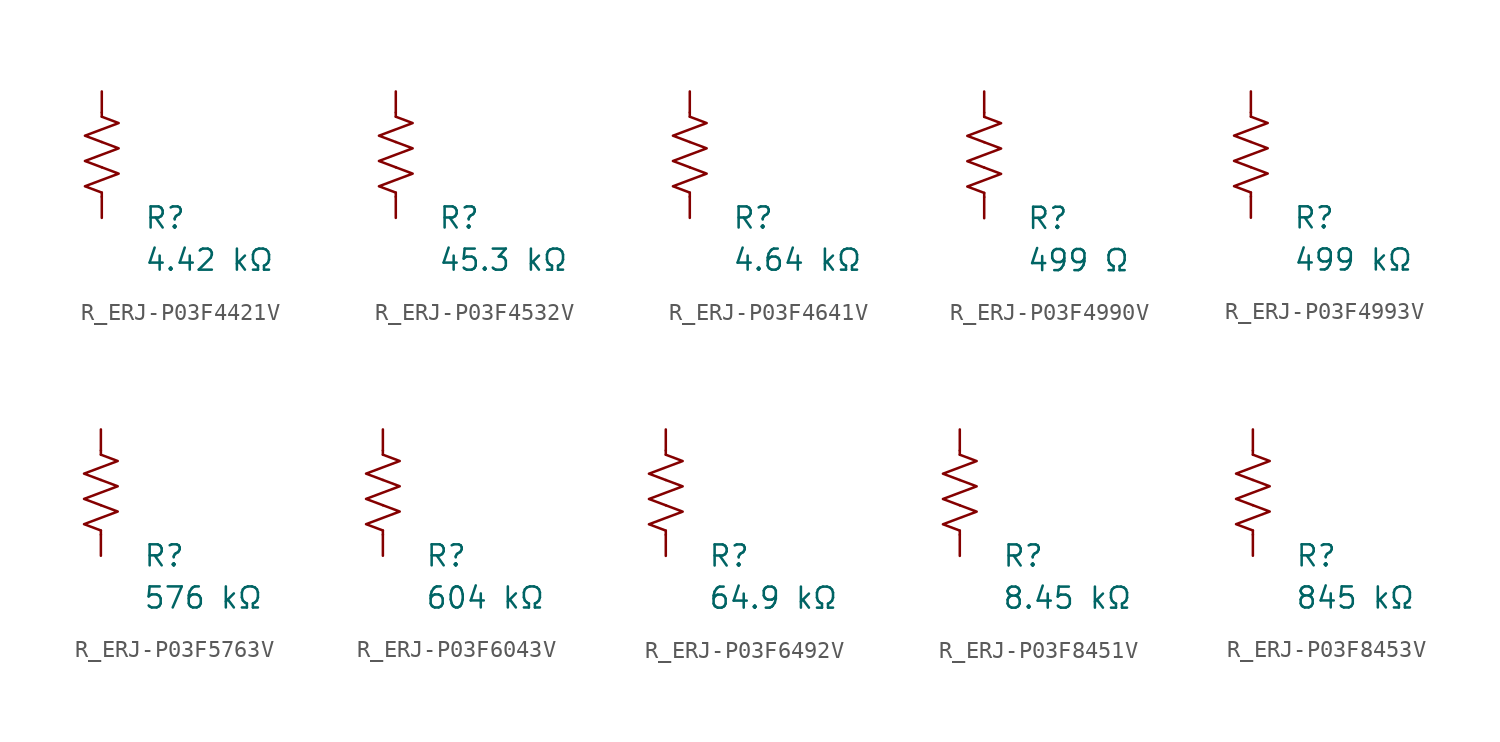
<source format=kicad_sym>
(kicad_symbol_lib
  (version 20231120)
  (generator "kicad_symbol_editor")
  (generator_version "8.0")
  (symbol "R_ERJ-P03F4421V"
    (pin_numbers hide)
    (pin_names
      (offset 0))
    (property "Reference" "R"
      (at 2.54 -3.81 0)
      (effects (font (size 1.27 1.27)) (justify left))
      (show_name no))
    (property "Value" "4.42 kΩ"
      (at 2.54 -6.35 0)
      (effects (font (size 1.27 1.27)) (justify left))
      (show_name no))
    (symbol "R_ERJ-P03F4421V_0_1"
      (polyline (pts (xy 0 -2.286) (xy 0 -2.54)) (stroke (width 0) (type default)) (fill (type none)))
      (polyline (pts (xy 0 2.286) (xy 0 2.54)) (stroke (width 0) (type default)) (fill (type none)))
      (polyline (pts (xy 0 -0.762) (xy 1.016 -1.143) (xy 0 -1.524) (xy -1.016 -1.905) (xy 0 -2.286)) (stroke (width 0) (type default)) (fill (type none)))
      (polyline (pts (xy 0 0.762) (xy 1.016 0.381) (xy 0 0) (xy -1.016 -0.381) (xy 0 -0.762)) (stroke (width 0) (type default)) (fill (type none)))
      (polyline (pts (xy 0 2.286) (xy 1.016 1.905) (xy 0 1.524) (xy -1.016 1.143) (xy 0 0.762)) (stroke (width 0) (type default)) (fill (type none))))
    (symbol "R_ERJ-P03F4421V_1_1"
      (pin passive line (at 0 3.81 270) (length 1.27) (name "~" (effects (font (size 1.27 1.27)))) (number "1" (effects (font (size 1.27 1.27)))))
      (pin passive line (at 0 -3.81 90) (length 1.27) (name "~" (effects (font (size 1.27 1.27)))) (number "2" (effects (font (size 1.27 1.27)))))))
  (symbol "R_ERJ-P03F4532V"
    (pin_numbers hide)
    (pin_names
      (offset 0))
    (property "Reference" "R"
      (at 2.54 -3.81 0)
      (effects (font (size 1.27 1.27)) (justify left))
      (show_name no))
    (property "Value" "45.3 kΩ"
      (at 2.54 -6.35 0)
      (effects (font (size 1.27 1.27)) (justify left))
      (show_name no))
    (symbol "R_ERJ-P03F4532V_0_1"
      (polyline (pts (xy 0 -2.286) (xy 0 -2.54)) (stroke (width 0) (type default)) (fill (type none)))
      (polyline (pts (xy 0 2.286) (xy 0 2.54)) (stroke (width 0) (type default)) (fill (type none)))
      (polyline (pts (xy 0 -0.762) (xy 1.016 -1.143) (xy 0 -1.524) (xy -1.016 -1.905) (xy 0 -2.286)) (stroke (width 0) (type default)) (fill (type none)))
      (polyline (pts (xy 0 0.762) (xy 1.016 0.381) (xy 0 0) (xy -1.016 -0.381) (xy 0 -0.762)) (stroke (width 0) (type default)) (fill (type none)))
      (polyline (pts (xy 0 2.286) (xy 1.016 1.905) (xy 0 1.524) (xy -1.016 1.143) (xy 0 0.762)) (stroke (width 0) (type default)) (fill (type none))))
    (symbol "R_ERJ-P03F4532V_1_1"
      (pin passive line (at 0 3.81 270) (length 1.27) (name "~" (effects (font (size 1.27 1.27)))) (number "1" (effects (font (size 1.27 1.27)))))
      (pin passive line (at 0 -3.81 90) (length 1.27) (name "~" (effects (font (size 1.27 1.27)))) (number "2" (effects (font (size 1.27 1.27)))))))
  (symbol "R_ERJ-P03F4641V"
    (pin_numbers hide)
    (pin_names
      (offset 0))
    (property "Reference" "R"
      (at 2.54 -3.81 0)
      (effects (font (size 1.27 1.27)) (justify left))
      (show_name no))
    (property "Value" "4.64 kΩ"
      (at 2.54 -6.35 0)
      (effects (font (size 1.27 1.27)) (justify left))
      (show_name no))
    (symbol "R_ERJ-P03F4641V_0_1"
      (polyline (pts (xy 0 -2.286) (xy 0 -2.54)) (stroke (width 0) (type default)) (fill (type none)))
      (polyline (pts (xy 0 2.286) (xy 0 2.54)) (stroke (width 0) (type default)) (fill (type none)))
      (polyline (pts (xy 0 -0.762) (xy 1.016 -1.143) (xy 0 -1.524) (xy -1.016 -1.905) (xy 0 -2.286)) (stroke (width 0) (type default)) (fill (type none)))
      (polyline (pts (xy 0 0.762) (xy 1.016 0.381) (xy 0 0) (xy -1.016 -0.381) (xy 0 -0.762)) (stroke (width 0) (type default)) (fill (type none)))
      (polyline (pts (xy 0 2.286) (xy 1.016 1.905) (xy 0 1.524) (xy -1.016 1.143) (xy 0 0.762)) (stroke (width 0) (type default)) (fill (type none))))
    (symbol "R_ERJ-P03F4641V_1_1"
      (pin passive line (at 0 3.81 270) (length 1.27) (name "~" (effects (font (size 1.27 1.27)))) (number "1" (effects (font (size 1.27 1.27)))))
      (pin passive line (at 0 -3.81 90) (length 1.27) (name "~" (effects (font (size 1.27 1.27)))) (number "2" (effects (font (size 1.27 1.27)))))))
  (symbol "R_ERJ-P03F4990V"
    (pin_numbers hide)
    (pin_names
      (offset 0))
    (property "Reference" "R"
      (at 2.54 -3.81 0)
      (effects (font (size 1.27 1.27)) (justify left))
      (show_name no))
    (property "Value" "499 Ω"
      (at 2.54 -6.35 0)
      (effects (font (size 1.27 1.27)) (justify left))
      (show_name no))
    (symbol "R_ERJ-P03F4990V_0_1"
      (polyline (pts (xy 0 -2.286) (xy 0 -2.54)) (stroke (width 0) (type default)) (fill (type none)))
      (polyline (pts (xy 0 2.286) (xy 0 2.54)) (stroke (width 0) (type default)) (fill (type none)))
      (polyline (pts (xy 0 -0.762) (xy 1.016 -1.143) (xy 0 -1.524) (xy -1.016 -1.905) (xy 0 -2.286)) (stroke (width 0) (type default)) (fill (type none)))
      (polyline (pts (xy 0 0.762) (xy 1.016 0.381) (xy 0 0) (xy -1.016 -0.381) (xy 0 -0.762)) (stroke (width 0) (type default)) (fill (type none)))
      (polyline (pts (xy 0 2.286) (xy 1.016 1.905) (xy 0 1.524) (xy -1.016 1.143) (xy 0 0.762)) (stroke (width 0) (type default)) (fill (type none))))
    (symbol "R_ERJ-P03F4990V_1_1"
      (pin passive line (at 0 3.81 270) (length 1.27) (name "~" (effects (font (size 1.27 1.27)))) (number "1" (effects (font (size 1.27 1.27)))))
      (pin passive line (at 0 -3.81 90) (length 1.27) (name "~" (effects (font (size 1.27 1.27)))) (number "2" (effects (font (size 1.27 1.27)))))))
  (symbol "R_ERJ-P03F4993V"
    (pin_numbers hide)
    (pin_names
      (offset 0))
    (property "Reference" "R"
      (at 2.54 -3.81 0)
      (effects (font (size 1.27 1.27)) (justify left))
      (show_name no))
    (property "Value" "499 kΩ"
      (at 2.54 -6.35 0)
      (effects (font (size 1.27 1.27)) (justify left))
      (show_name no))
    (symbol "R_ERJ-P03F4993V_0_1"
      (polyline (pts (xy 0 -2.286) (xy 0 -2.54)) (stroke (width 0) (type default)) (fill (type none)))
      (polyline (pts (xy 0 2.286) (xy 0 2.54)) (stroke (width 0) (type default)) (fill (type none)))
      (polyline (pts (xy 0 -0.762) (xy 1.016 -1.143) (xy 0 -1.524) (xy -1.016 -1.905) (xy 0 -2.286)) (stroke (width 0) (type default)) (fill (type none)))
      (polyline (pts (xy 0 0.762) (xy 1.016 0.381) (xy 0 0) (xy -1.016 -0.381) (xy 0 -0.762)) (stroke (width 0) (type default)) (fill (type none)))
      (polyline (pts (xy 0 2.286) (xy 1.016 1.905) (xy 0 1.524) (xy -1.016 1.143) (xy 0 0.762)) (stroke (width 0) (type default)) (fill (type none))))
    (symbol "R_ERJ-P03F4993V_1_1"
      (pin passive line (at 0 3.81 270) (length 1.27) (name "~" (effects (font (size 1.27 1.27)))) (number "1" (effects (font (size 1.27 1.27)))))
      (pin passive line (at 0 -3.81 90) (length 1.27) (name "~" (effects (font (size 1.27 1.27)))) (number "2" (effects (font (size 1.27 1.27)))))))
  (symbol "R_ERJ-P03F5763V"
    (pin_numbers hide)
    (pin_names
      (offset 0))
    (property "Reference" "R"
      (at 2.54 -3.81 0)
      (effects (font (size 1.27 1.27)) (justify left))
      (show_name no))
    (property "Value" "576 kΩ"
      (at 2.54 -6.35 0)
      (effects (font (size 1.27 1.27)) (justify left))
      (show_name no))
    (symbol "R_ERJ-P03F5763V_0_1"
      (polyline (pts (xy 0 -2.286) (xy 0 -2.54)) (stroke (width 0) (type default)) (fill (type none)))
      (polyline (pts (xy 0 2.286) (xy 0 2.54)) (stroke (width 0) (type default)) (fill (type none)))
      (polyline (pts (xy 0 -0.762) (xy 1.016 -1.143) (xy 0 -1.524) (xy -1.016 -1.905) (xy 0 -2.286)) (stroke (width 0) (type default)) (fill (type none)))
      (polyline (pts (xy 0 0.762) (xy 1.016 0.381) (xy 0 0) (xy -1.016 -0.381) (xy 0 -0.762)) (stroke (width 0) (type default)) (fill (type none)))
      (polyline (pts (xy 0 2.286) (xy 1.016 1.905) (xy 0 1.524) (xy -1.016 1.143) (xy 0 0.762)) (stroke (width 0) (type default)) (fill (type none))))
    (symbol "R_ERJ-P03F5763V_1_1"
      (pin passive line (at 0 3.81 270) (length 1.27) (name "~" (effects (font (size 1.27 1.27)))) (number "1" (effects (font (size 1.27 1.27)))))
      (pin passive line (at 0 -3.81 90) (length 1.27) (name "~" (effects (font (size 1.27 1.27)))) (number "2" (effects (font (size 1.27 1.27)))))))
  (symbol "R_ERJ-P03F6043V"
    (pin_numbers hide)
    (pin_names
      (offset 0))
    (property "Reference" "R"
      (at 2.54 -3.81 0)
      (effects (font (size 1.27 1.27)) (justify left))
      (show_name no))
    (property "Value" "604 kΩ"
      (at 2.54 -6.35 0)
      (effects (font (size 1.27 1.27)) (justify left))
      (show_name no))
    (symbol "R_ERJ-P03F6043V_0_1"
      (polyline (pts (xy 0 -2.286) (xy 0 -2.54)) (stroke (width 0) (type default)) (fill (type none)))
      (polyline (pts (xy 0 2.286) (xy 0 2.54)) (stroke (width 0) (type default)) (fill (type none)))
      (polyline (pts (xy 0 -0.762) (xy 1.016 -1.143) (xy 0 -1.524) (xy -1.016 -1.905) (xy 0 -2.286)) (stroke (width 0) (type default)) (fill (type none)))
      (polyline (pts (xy 0 0.762) (xy 1.016 0.381) (xy 0 0) (xy -1.016 -0.381) (xy 0 -0.762)) (stroke (width 0) (type default)) (fill (type none)))
      (polyline (pts (xy 0 2.286) (xy 1.016 1.905) (xy 0 1.524) (xy -1.016 1.143) (xy 0 0.762)) (stroke (width 0) (type default)) (fill (type none))))
    (symbol "R_ERJ-P03F6043V_1_1"
      (pin passive line (at 0 3.81 270) (length 1.27) (name "~" (effects (font (size 1.27 1.27)))) (number "1" (effects (font (size 1.27 1.27)))))
      (pin passive line (at 0 -3.81 90) (length 1.27) (name "~" (effects (font (size 1.27 1.27)))) (number "2" (effects (font (size 1.27 1.27)))))))
  (symbol "R_ERJ-P03F6492V"
    (pin_numbers hide)
    (pin_names
      (offset 0))
    (property "Reference" "R"
      (at 2.54 -3.81 0)
      (effects (font (size 1.27 1.27)) (justify left))
      (show_name no))
    (property "Value" "64.9 kΩ"
      (at 2.54 -6.35 0)
      (effects (font (size 1.27 1.27)) (justify left))
      (show_name no))
    (symbol "R_ERJ-P03F6492V_0_1"
      (polyline (pts (xy 0 -2.286) (xy 0 -2.54)) (stroke (width 0) (type default)) (fill (type none)))
      (polyline (pts (xy 0 2.286) (xy 0 2.54)) (stroke (width 0) (type default)) (fill (type none)))
      (polyline (pts (xy 0 -0.762) (xy 1.016 -1.143) (xy 0 -1.524) (xy -1.016 -1.905) (xy 0 -2.286)) (stroke (width 0) (type default)) (fill (type none)))
      (polyline (pts (xy 0 0.762) (xy 1.016 0.381) (xy 0 0) (xy -1.016 -0.381) (xy 0 -0.762)) (stroke (width 0) (type default)) (fill (type none)))
      (polyline (pts (xy 0 2.286) (xy 1.016 1.905) (xy 0 1.524) (xy -1.016 1.143) (xy 0 0.762)) (stroke (width 0) (type default)) (fill (type none))))
    (symbol "R_ERJ-P03F6492V_1_1"
      (pin passive line (at 0 3.81 270) (length 1.27) (name "~" (effects (font (size 1.27 1.27)))) (number "1" (effects (font (size 1.27 1.27)))))
      (pin passive line (at 0 -3.81 90) (length 1.27) (name "~" (effects (font (size 1.27 1.27)))) (number "2" (effects (font (size 1.27 1.27)))))))
  (symbol "R_ERJ-P03F8451V"
    (pin_numbers hide)
    (pin_names
      (offset 0))
    (property "Reference" "R"
      (at 2.54 -3.81 0)
      (effects (font (size 1.27 1.27)) (justify left))
      (show_name no))
    (property "Value" "8.45 kΩ"
      (at 2.54 -6.35 0)
      (effects (font (size 1.27 1.27)) (justify left))
      (show_name no))
    (symbol "R_ERJ-P03F8451V_0_1"
      (polyline (pts (xy 0 -2.286) (xy 0 -2.54)) (stroke (width 0) (type default)) (fill (type none)))
      (polyline (pts (xy 0 2.286) (xy 0 2.54)) (stroke (width 0) (type default)) (fill (type none)))
      (polyline (pts (xy 0 -0.762) (xy 1.016 -1.143) (xy 0 -1.524) (xy -1.016 -1.905) (xy 0 -2.286)) (stroke (width 0) (type default)) (fill (type none)))
      (polyline (pts (xy 0 0.762) (xy 1.016 0.381) (xy 0 0) (xy -1.016 -0.381) (xy 0 -0.762)) (stroke (width 0) (type default)) (fill (type none)))
      (polyline (pts (xy 0 2.286) (xy 1.016 1.905) (xy 0 1.524) (xy -1.016 1.143) (xy 0 0.762)) (stroke (width 0) (type default)) (fill (type none))))
    (symbol "R_ERJ-P03F8451V_1_1"
      (pin passive line (at 0 3.81 270) (length 1.27) (name "~" (effects (font (size 1.27 1.27)))) (number "1" (effects (font (size 1.27 1.27)))))
      (pin passive line (at 0 -3.81 90) (length 1.27) (name "~" (effects (font (size 1.27 1.27)))) (number "2" (effects (font (size 1.27 1.27)))))))
  (symbol "R_ERJ-P03F8453V"
    (pin_numbers hide)
    (pin_names
      (offset 0))
    (property "Reference" "R"
      (at 2.54 -3.81 0)
      (effects (font (size 1.27 1.27)) (justify left))
      (show_name no))
    (property "Value" "845 kΩ"
      (at 2.54 -6.35 0)
      (effects (font (size 1.27 1.27)) (justify left))
      (show_name no))
    (symbol "R_ERJ-P03F8453V_0_1"
      (polyline (pts (xy 0 -2.286) (xy 0 -2.54)) (stroke (width 0) (type default)) (fill (type none)))
      (polyline (pts (xy 0 2.286) (xy 0 2.54)) (stroke (width 0) (type default)) (fill (type none)))
      (polyline (pts (xy 0 -0.762) (xy 1.016 -1.143) (xy 0 -1.524) (xy -1.016 -1.905) (xy 0 -2.286)) (stroke (width 0) (type default)) (fill (type none)))
      (polyline (pts (xy 0 0.762) (xy 1.016 0.381) (xy 0 0) (xy -1.016 -0.381) (xy 0 -0.762)) (stroke (width 0) (type default)) (fill (type none)))
      (polyline (pts (xy 0 2.286) (xy 1.016 1.905) (xy 0 1.524) (xy -1.016 1.143) (xy 0 0.762)) (stroke (width 0) (type default)) (fill (type none))))
    (symbol "R_ERJ-P03F8453V_1_1"
      (pin passive line (at 0 3.81 270) (length 1.27) (name "~" (effects (font (size 1.27 1.27)))) (number "1" (effects (font (size 1.27 1.27)))))
      (pin passive line (at 0 -3.81 90) (length 1.27) (name "~" (effects (font (size 1.27 1.27)))) (number "2" (effects (font (size 1.27 1.27))))))))
</source>
